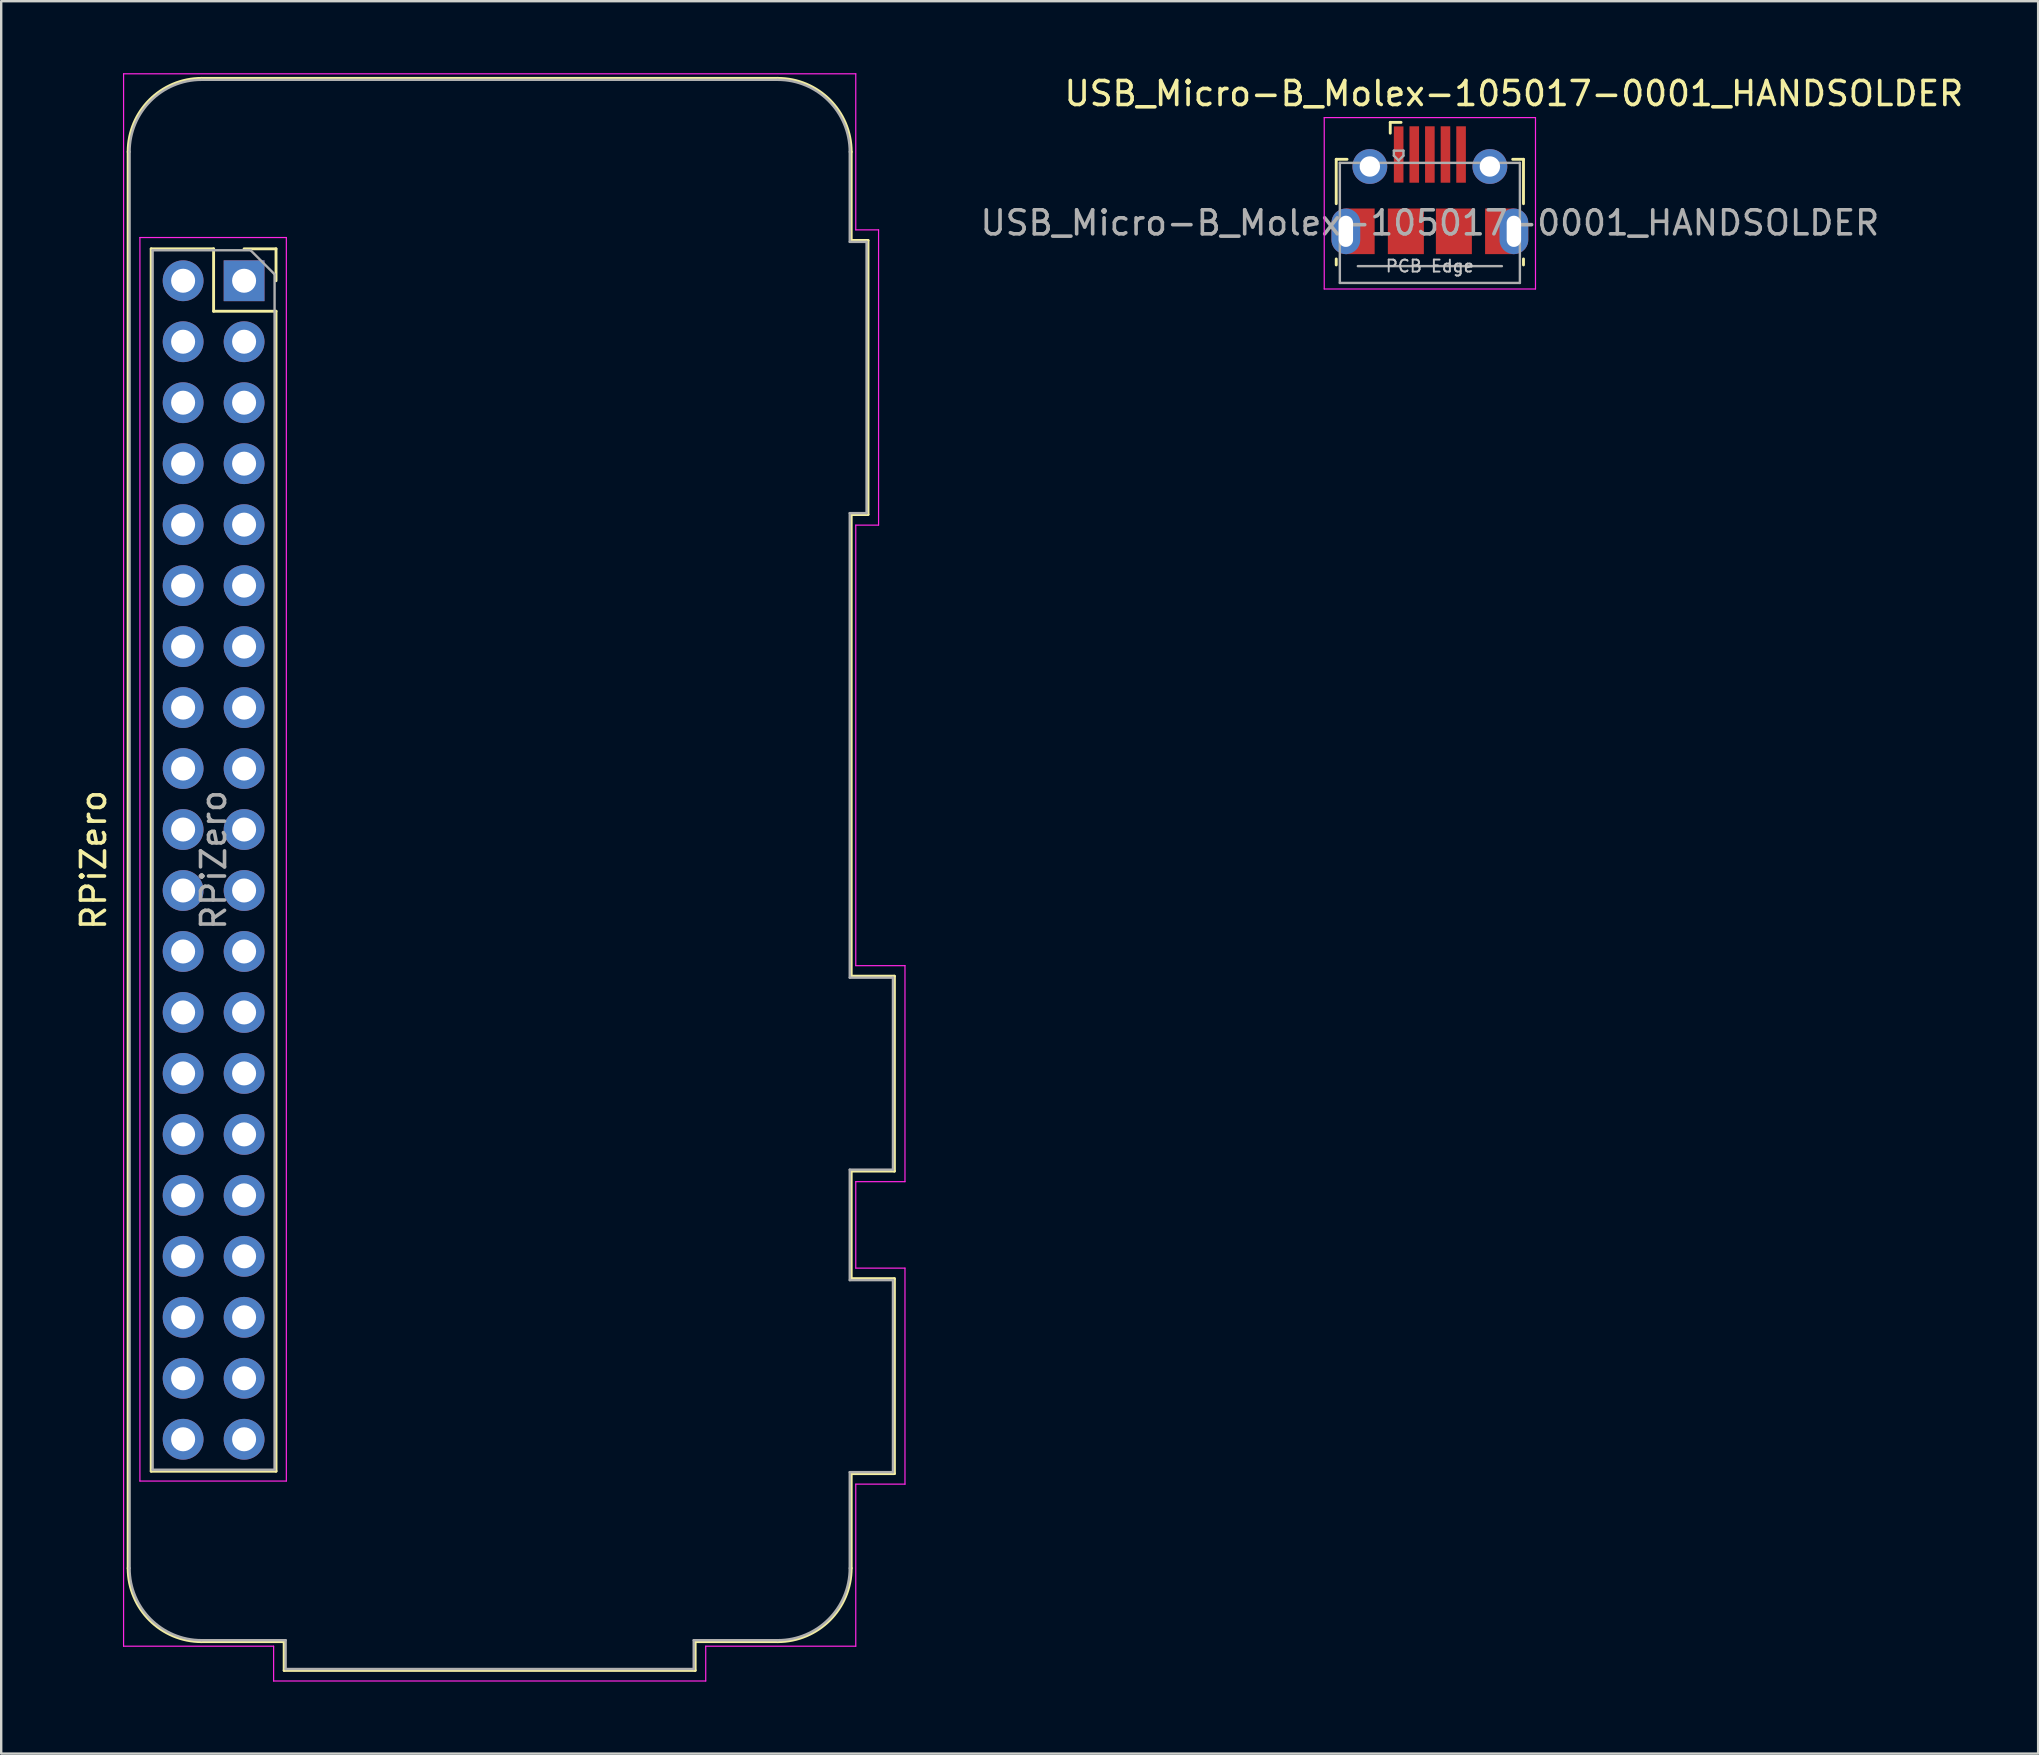
<source format=kicad_pcb>
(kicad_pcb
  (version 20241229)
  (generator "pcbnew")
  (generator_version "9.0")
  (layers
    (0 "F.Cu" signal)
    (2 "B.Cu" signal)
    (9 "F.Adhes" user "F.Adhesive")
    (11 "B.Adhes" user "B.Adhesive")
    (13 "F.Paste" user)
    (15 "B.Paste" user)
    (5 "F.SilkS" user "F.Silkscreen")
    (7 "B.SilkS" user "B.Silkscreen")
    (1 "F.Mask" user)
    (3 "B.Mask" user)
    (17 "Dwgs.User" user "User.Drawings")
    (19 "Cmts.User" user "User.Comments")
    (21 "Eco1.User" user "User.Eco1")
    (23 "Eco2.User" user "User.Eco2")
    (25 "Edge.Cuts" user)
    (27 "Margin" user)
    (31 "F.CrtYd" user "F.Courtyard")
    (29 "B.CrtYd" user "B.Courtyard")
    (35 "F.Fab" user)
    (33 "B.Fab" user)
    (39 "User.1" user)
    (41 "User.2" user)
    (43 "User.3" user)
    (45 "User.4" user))
  (footprint "USB_Micro-B_Molex-105017-0001_HANDSOLDER"
    (layer "F.Cu")
    (at 56.513 5.348)
    (property "Reference" "USB_Micro-B_Molex-105017-0001_HANDSOLDER" (at 3.5 -4.5 0) (layer "F.SilkS") (effects (font (size 1 1) (thickness 0.15))))
    (attr smd)
    (fp_line (start -3.9 -1.762) (end -3.45 -1.762) (stroke (width 0.12) (type solid)) (layer "F.SilkS"))
    (fp_line (start -3.9 0.087) (end -3.9 -1.762) (stroke (width 0.12) (type solid)) (layer "F.SilkS"))
    (fp_line (start -3.9 2.638) (end -3.9 2.388) (stroke (width 0.12) (type solid)) (layer "F.SilkS"))
    (fp_line (start -1.65 -3.3) (end -1.65 -2.85) (stroke (width 0.12) (type solid)) (layer "F.SilkS"))
    (fp_line (start -1.65 -3.3) (end -1.2 -3.3) (stroke (width 0.12) (type solid)) (layer "F.SilkS"))
    (fp_line (start 3.9 -1.762) (end 3.45 -1.762) (stroke (width 0.12) (type solid)) (layer "F.SilkS"))
    (fp_line (start 3.9 0.087) (end 3.9 -1.762) (stroke (width 0.12) (type solid)) (layer "F.SilkS"))
    (fp_line (start 3.9 2.638) (end 3.9 2.388) (stroke (width 0.12) (type solid)) (layer "F.SilkS"))
    (fp_line (start -4.4 -3.5) (end 4.4 -3.5) (stroke (width 0.05) (type solid)) (layer "F.CrtYd"))
    (fp_line (start -4.4 3.64) (end -4.4 -3.5) (stroke (width 0.05) (type solid)) (layer "F.CrtYd"))
    (fp_line (start -4.4 3.64) (end 4.4 3.64) (stroke (width 0.05) (type solid)) (layer "F.CrtYd"))
    (fp_line (start 4.4 -3.5) (end 4.4 3.64) (stroke (width 0.05) (type solid)) (layer "F.CrtYd"))
    (fp_line (start -3.75 -1.613) (end 3.75 -1.613) (stroke (width 0.1) (type solid)) (layer "F.Fab"))
    (fp_line (start -3.75 3.388) (end -3.75 -1.613) (stroke (width 0.1) (type solid)) (layer "F.Fab"))
    (fp_line (start -3.75 3.389) (end 3.75 3.389) (stroke (width 0.1) (type solid)) (layer "F.Fab"))
    (fp_line (start -3 2.689) (end 3 2.689) (stroke (width 0.1) (type solid)) (layer "F.Fab"))
    (fp_line (start -1.5 -2.123) (end -1.5 -1.913) (stroke (width 0.1) (type solid)) (layer "F.Fab"))
    (fp_line (start -1.5 -2.123) (end -1.1 -2.123) (stroke (width 0.1) (type solid)) (layer "F.Fab"))
    (fp_line (start -1.3 -1.712) (end -1.5 -1.913) (stroke (width 0.1) (type solid)) (layer "F.Fab"))
    (fp_line (start -1.1 -2.123) (end -1.1 -1.913) (stroke (width 0.1) (type solid)) (layer "F.Fab"))
    (fp_line (start -1.1 -1.913) (end -1.3 -1.712) (stroke (width 0.1) (type solid)) (layer "F.Fab"))
    (fp_line (start 3.75 3.388) (end 3.75 -1.613) (stroke (width 0.1) (type solid)) (layer "F.Fab"))
    (fp_text user "PCB Edge" (at 0 2.688 0) (layer "Dwgs.User") (effects (font (size 0.5 0.5) (thickness 0.08))))
    (fp_text user "${REFERENCE}" (at 0 0.887 0) (layer "F.Fab") (effects (font (size 1 1) (thickness 0.15))))
    (pad "1" smd rect (at -1.3 -1.462) (size 0.4 2.34) (drill (offset 0 -0.5)) (layers "F.Cu" "F.Mask" "F.Paste"))
    (pad "2" smd rect (at -0.65 -1.462) (size 0.4 2.35) (drill (offset 0 -0.5)) (layers "F.Cu" "F.Mask" "F.Paste"))
    (pad "3" smd rect (at 0 -1.462) (size 0.4 2.35) (drill (offset 0 -0.5)) (layers "F.Cu" "F.Mask" "F.Paste"))
    (pad "4" smd rect (at 0.65 -1.462) (size 0.4 2.35) (drill (offset 0 -0.5)) (layers "F.Cu" "F.Mask" "F.Paste"))
    (pad "5" smd rect (at 1.3 -1.462) (size 0.4 2.35) (drill (offset 0 -0.5)) (layers "F.Cu" "F.Mask" "F.Paste"))
    (pad "6" thru_hole oval (at -3.5 1.238 180) (size 1.2 1.9) (drill oval 0.6 1.3) (layers "*.Cu" "*.Mask"))
    (pad "6" smd rect (at -2.9 1.238) (size 1.2 1.9) (layers "F.Cu" "F.Mask"))
    (pad "6" thru_hole circle (at -2.5 -1.462) (size 1.45 1.45) (drill 0.85) (layers "*.Cu" "*.Mask"))
    (pad "6" smd rect (at -1 1.238) (size 1.5 1.9) (layers "F.Cu" "F.Mask" "F.Paste"))
    (pad "6" smd rect (at 1 1.238) (size 1.5 1.9) (layers "F.Cu" "F.Mask" "F.Paste"))
    (pad "6" thru_hole circle (at 2.5 -1.462) (size 1.45 1.45) (drill 0.85) (layers "*.Cu" "*.Mask"))
    (pad "6" smd rect (at 2.9 1.238) (size 1.2 1.9) (layers "F.Cu" "F.Mask"))
    (pad "6" thru_hole oval (at 3.5 1.238) (size 1.2 1.9) (drill oval 0.6 1.3) (layers "*.Cu" "*.Mask")))
  (footprint "RPiZero"
    (layer "F.Cu")
    (at 7.118 8.645)
    (property "Reference" "RPiZero" (at -6.27 24.13 90) (layer "F.SilkS") (effects (font (size 1 1) (thickness 0.15))))
    (attr through_hole)
    (fp_line (start -4.83 53.63) (end -4.83 -5.37) (stroke (width 0.12) (type solid)) (layer "F.SilkS"))
    (fp_line (start -3.87 -1.33) (end -3.87 49.59) (stroke (width 0.12) (type solid)) (layer "F.SilkS"))
    (fp_line (start -3.87 -1.33) (end -1.27 -1.33) (stroke (width 0.12) (type solid)) (layer "F.SilkS"))
    (fp_line (start -3.87 49.59) (end 1.33 49.59) (stroke (width 0.12) (type solid)) (layer "F.SilkS"))
    (fp_line (start -1.77 -8.43) (end 22.23 -8.43) (stroke (width 0.12) (type solid)) (layer "F.SilkS"))
    (fp_line (start -1.27 -1.33) (end -1.27 1.27) (stroke (width 0.12) (type solid)) (layer "F.SilkS"))
    (fp_line (start -1.27 1.27) (end 1.33 1.27) (stroke (width 0.12) (type solid)) (layer "F.SilkS"))
    (fp_line (start 0 -1.33) (end 1.33 -1.33) (stroke (width 0.12) (type solid)) (layer "F.SilkS"))
    (fp_line (start 1.33 -1.33) (end 1.33 0) (stroke (width 0.12) (type solid)) (layer "F.SilkS"))
    (fp_line (start 1.33 1.27) (end 1.33 49.59) (stroke (width 0.12) (type solid)) (layer "F.SilkS"))
    (fp_line (start 1.67 56.69) (end -1.77 56.69) (stroke (width 0.12) (type solid)) (layer "F.SilkS"))
    (fp_line (start 1.67 56.69) (end 1.67 57.89) (stroke (width 0.12) (type solid)) (layer "F.SilkS"))
    (fp_line (start 1.67 57.89) (end 18.79 57.89) (stroke (width 0.12) (type solid)) (layer "F.SilkS"))
    (fp_line (start 18.79 56.69) (end 22.23 56.69) (stroke (width 0.12) (type solid)) (layer "F.SilkS"))
    (fp_line (start 18.79 57.89) (end 18.79 56.69) (stroke (width 0.12) (type solid)) (layer "F.SilkS"))
    (fp_line (start 25.29 -1.68) (end 25.29 -5.37) (stroke (width 0.12) (type solid)) (layer "F.SilkS"))
    (fp_line (start 25.29 9.74) (end 25.99 9.74) (stroke (width 0.12) (type solid)) (layer "F.SilkS"))
    (fp_line (start 25.29 28.97) (end 25.29 9.74) (stroke (width 0.12) (type solid)) (layer "F.SilkS"))
    (fp_line (start 25.29 37.09) (end 27.09 37.09) (stroke (width 0.12) (type solid)) (layer "F.SilkS"))
    (fp_line (start 25.29 41.57) (end 25.29 37.09) (stroke (width 0.12) (type solid)) (layer "F.SilkS"))
    (fp_line (start 25.29 49.69) (end 27.09 49.69) (stroke (width 0.12) (type solid)) (layer "F.SilkS"))
    (fp_line (start 25.29 53.63) (end 25.29 49.69) (stroke (width 0.12) (type solid)) (layer "F.SilkS"))
    (fp_line (start 25.99 -1.68) (end 25.29 -1.68) (stroke (width 0.12) (type solid)) (layer "F.SilkS"))
    (fp_line (start 25.99 9.74) (end 25.99 -1.68) (stroke (width 0.12) (type solid)) (layer "F.SilkS"))
    (fp_line (start 27.09 28.97) (end 25.29 28.97) (stroke (width 0.12) (type solid)) (layer "F.SilkS"))
    (fp_line (start 27.09 37.09) (end 27.09 28.97) (stroke (width 0.12) (type solid)) (layer "F.SilkS"))
    (fp_line (start 27.09 41.57) (end 25.29 41.57) (stroke (width 0.12) (type solid)) (layer "F.SilkS"))
    (fp_line (start 27.09 49.69) (end 27.09 41.57) (stroke (width 0.12) (type solid)) (layer "F.SilkS"))
    (fp_arc (start -4.83 -5.37) (mid -3.933747 -7.533747) (end -1.77 -8.43) (stroke (width 0.12) (type solid)) (layer "F.SilkS"))
    (fp_arc (start -1.77 56.69) (mid -3.933747 55.793747) (end -4.83 53.63) (stroke (width 0.12) (type solid)) (layer "F.SilkS"))
    (fp_arc (start 22.23 -8.43) (mid 24.393747 -7.533747) (end 25.29 -5.37) (stroke (width 0.12) (type solid)) (layer "F.SilkS"))
    (fp_arc (start 25.29 53.63) (mid 24.393747 55.793747) (end 22.23 56.69) (stroke (width 0.12) (type solid)) (layer "F.SilkS"))
    (fp_line (start -5.02 -8.62) (end 25.48 -8.62) (stroke (width 0.05) (type solid)) (layer "F.CrtYd"))
    (fp_line (start -5.02 56.88) (end -5.02 -8.62) (stroke (width 0.05) (type solid)) (layer "F.CrtYd"))
    (fp_line (start -5.02 56.88) (end 1.23 56.88) (stroke (width 0.05) (type solid)) (layer "F.CrtYd"))
    (fp_line (start -4.34 -1.8) (end 1.76 -1.8) (stroke (width 0.05) (type solid)) (layer "F.CrtYd"))
    (fp_line (start -4.34 50) (end -4.34 -1.8) (stroke (width 0.05) (type solid)) (layer "F.CrtYd"))
    (fp_line (start 1.23 58.33) (end 1.23 56.88) (stroke (width 0.05) (type solid)) (layer "F.CrtYd"))
    (fp_line (start 1.76 -1.8) (end 1.76 50) (stroke (width 0.05) (type solid)) (layer "F.CrtYd"))
    (fp_line (start 1.76 50) (end -4.34 50) (stroke (width 0.05) (type solid)) (layer "F.CrtYd"))
    (fp_line (start 19.23 56.88) (end 25.48 56.88) (stroke (width 0.05) (type solid)) (layer "F.CrtYd"))
    (fp_line (start 19.23 58.33) (end 1.23 58.33) (stroke (width 0.05) (type solid)) (layer "F.CrtYd"))
    (fp_line (start 19.23 58.33) (end 19.23 56.88) (stroke (width 0.05) (type solid)) (layer "F.CrtYd"))
    (fp_line (start 25.48 -2.12) (end 25.48 -8.62) (stroke (width 0.05) (type solid)) (layer "F.CrtYd"))
    (fp_line (start 25.48 28.53) (end 25.48 10.18) (stroke (width 0.05) (type solid)) (layer "F.CrtYd"))
    (fp_line (start 25.48 37.53) (end 25.48 41.13) (stroke (width 0.05) (type solid)) (layer "F.CrtYd"))
    (fp_line (start 25.48 50.13) (end 25.48 56.88) (stroke (width 0.05) (type solid)) (layer "F.CrtYd"))
    (fp_line (start 26.43 -2.12) (end 25.48 -2.12) (stroke (width 0.05) (type solid)) (layer "F.CrtYd"))
    (fp_line (start 26.43 -2.12) (end 26.43 10.18) (stroke (width 0.05) (type solid)) (layer "F.CrtYd"))
    (fp_line (start 26.43 10.18) (end 25.48 10.18) (stroke (width 0.05) (type solid)) (layer "F.CrtYd"))
    (fp_line (start 27.53 28.53) (end 25.48 28.53) (stroke (width 0.05) (type solid)) (layer "F.CrtYd"))
    (fp_line (start 27.53 37.53) (end 25.48 37.53) (stroke (width 0.05) (type solid)) (layer "F.CrtYd"))
    (fp_line (start 27.53 37.53) (end 27.53 28.53) (stroke (width 0.05) (type solid)) (layer "F.CrtYd"))
    (fp_line (start 27.53 41.13) (end 25.48 41.13) (stroke (width 0.05) (type solid)) (layer "F.CrtYd"))
    (fp_line (start 27.53 50.13) (end 25.48 50.13) (stroke (width 0.05) (type solid)) (layer "F.CrtYd"))
    (fp_line (start 27.53 50.13) (end 27.53 41.13) (stroke (width 0.05) (type solid)) (layer "F.CrtYd"))
    (fp_line (start -4.77 53.63) (end -4.77 -5.37) (stroke (width 0.1) (type solid)) (layer "F.Fab"))
    (fp_line (start -3.81 -1.27) (end 0.27 -1.27) (stroke (width 0.1) (type solid)) (layer "F.Fab"))
    (fp_line (start -3.81 49.53) (end -3.81 -1.27) (stroke (width 0.1) (type solid)) (layer "F.Fab"))
    (fp_line (start -1.77 -8.37) (end 22.23 -8.37) (stroke (width 0.1) (type solid)) (layer "F.Fab"))
    (fp_line (start -1.77 56.63) (end 1.73 56.63) (stroke (width 0.1) (type solid)) (layer "F.Fab"))
    (fp_line (start 0.27 -1.27) (end 1.27 -0.27) (stroke (width 0.1) (type solid)) (layer "F.Fab"))
    (fp_line (start 1.27 -0.27) (end 1.27 49.53) (stroke (width 0.1) (type solid)) (layer "F.Fab"))
    (fp_line (start 1.27 49.53) (end -3.81 49.53) (stroke (width 0.1) (type solid)) (layer "F.Fab"))
    (fp_line (start 1.73 56.63) (end 1.73 57.83) (stroke (width 0.1) (type solid)) (layer "F.Fab"))
    (fp_line (start 1.73 57.83) (end 18.73 57.83) (stroke (width 0.1) (type solid)) (layer "F.Fab"))
    (fp_line (start 18.73 56.63) (end 18.73 57.83) (stroke (width 0.1) (type solid)) (layer "F.Fab"))
    (fp_line (start 22.23 56.63) (end 18.73 56.63) (stroke (width 0.1) (type solid)) (layer "F.Fab"))
    (fp_line (start 25.23 -1.62) (end 25.23 -5.37) (stroke (width 0.1) (type solid)) (layer "F.Fab"))
    (fp_line (start 25.23 -1.62) (end 25.93 -1.62) (stroke (width 0.1) (type solid)) (layer "F.Fab"))
    (fp_line (start 25.23 9.68) (end 25.93 9.68) (stroke (width 0.1) (type solid)) (layer "F.Fab"))
    (fp_line (start 25.23 29.03) (end 25.23 9.68) (stroke (width 0.1) (type solid)) (layer "F.Fab"))
    (fp_line (start 25.23 37.03) (end 27.03 37.03) (stroke (width 0.1) (type solid)) (layer "F.Fab"))
    (fp_line (start 25.23 41.63) (end 25.23 37.03) (stroke (width 0.1) (type solid)) (layer "F.Fab"))
    (fp_line (start 25.23 49.63) (end 25.23 53.63) (stroke (width 0.1) (type solid)) (layer "F.Fab"))
    (fp_line (start 25.23 49.63) (end 27.03 49.63) (stroke (width 0.1) (type solid)) (layer "F.Fab"))
    (fp_line (start 25.93 9.68) (end 25.93 -1.62) (stroke (width 0.1) (type solid)) (layer "F.Fab"))
    (fp_line (start 27.03 29.03) (end 25.23 29.03) (stroke (width 0.1) (type solid)) (layer "F.Fab"))
    (fp_line (start 27.03 37.03) (end 27.03 29.03) (stroke (width 0.1) (type solid)) (layer "F.Fab"))
    (fp_line (start 27.03 41.63) (end 25.23 41.63) (stroke (width 0.1) (type solid)) (layer "F.Fab"))
    (fp_line (start 27.03 49.63) (end 27.03 41.63) (stroke (width 0.1) (type solid)) (layer "F.Fab"))
    (fp_arc (start -4.77 -5.37) (mid -3.89132 -7.49132) (end -1.77 -8.37) (stroke (width 0.1) (type solid)) (layer "F.Fab"))
    (fp_arc (start -1.77 56.63) (mid -3.89132 55.75132) (end -4.77 53.63) (stroke (width 0.1) (type solid)) (layer "F.Fab"))
    (fp_arc (start 22.23 -8.37) (mid 24.35132 -7.49132) (end 25.23 -5.37) (stroke (width 0.1) (type solid)) (layer "F.Fab"))
    (fp_arc (start 25.23 53.63) (mid 24.35132 55.75132) (end 22.23 56.63) (stroke (width 0.1) (type solid)) (layer "F.Fab"))
    (fp_text user "${REFERENCE}" (at -1.27 24.13 90) (layer "F.Fab") (effects (font (size 1 1) (thickness 0.15))))
    (pad "1" thru_hole rect (at 0 0) (size 1.7 1.7) (drill 1) (layers "*.Cu" "*.Mask"))
    (pad "2" thru_hole oval (at -2.54 0) (size 1.7 1.7) (drill 1) (layers "*.Cu" "*.Mask"))
    (pad "3" thru_hole oval (at 0 2.54) (size 1.7 1.7) (drill 1) (layers "*.Cu" "*.Mask"))
    (pad "4" thru_hole oval (at -2.54 2.54) (size 1.7 1.7) (drill 1) (layers "*.Cu" "*.Mask"))
    (pad "5" thru_hole oval (at 0 5.08) (size 1.7 1.7) (drill 1) (layers "*.Cu" "*.Mask"))
    (pad "6" thru_hole oval (at -2.54 5.08) (size 1.7 1.7) (drill 1) (layers "*.Cu" "*.Mask"))
    (pad "7" thru_hole oval (at 0 7.62) (size 1.7 1.7) (drill 1) (layers "*.Cu" "*.Mask"))
    (pad "8" thru_hole oval (at -2.54 7.62) (size 1.7 1.7) (drill 1) (layers "*.Cu" "*.Mask"))
    (pad "9" thru_hole oval (at 0 10.16) (size 1.7 1.7) (drill 1) (layers "*.Cu" "*.Mask"))
    (pad "10" thru_hole oval (at -2.54 10.16) (size 1.7 1.7) (drill 1) (layers "*.Cu" "*.Mask"))
    (pad "11" thru_hole oval (at 0 12.7) (size 1.7 1.7) (drill 1) (layers "*.Cu" "*.Mask"))
    (pad "12" thru_hole oval (at -2.54 12.7) (size 1.7 1.7) (drill 1) (layers "*.Cu" "*.Mask"))
    (pad "13" thru_hole oval (at 0 15.24) (size 1.7 1.7) (drill 1) (layers "*.Cu" "*.Mask"))
    (pad "14" thru_hole oval (at -2.54 15.24) (size 1.7 1.7) (drill 1) (layers "*.Cu" "*.Mask"))
    (pad "15" thru_hole oval (at 0 17.78) (size 1.7 1.7) (drill 1) (layers "*.Cu" "*.Mask"))
    (pad "16" thru_hole oval (at -2.54 17.78) (size 1.7 1.7) (drill 1) (layers "*.Cu" "*.Mask"))
    (pad "17" thru_hole oval (at 0 20.32) (size 1.7 1.7) (drill 1) (layers "*.Cu" "*.Mask"))
    (pad "18" thru_hole oval (at -2.54 20.32) (size 1.7 1.7) (drill 1) (layers "*.Cu" "*.Mask"))
    (pad "19" thru_hole oval (at 0 22.86) (size 1.7 1.7) (drill 1) (layers "*.Cu" "*.Mask"))
    (pad "20" thru_hole oval (at -2.54 22.86) (size 1.7 1.7) (drill 1) (layers "*.Cu" "*.Mask"))
    (pad "21" thru_hole oval (at 0 25.4) (size 1.7 1.7) (drill 1) (layers "*.Cu" "*.Mask"))
    (pad "22" thru_hole oval (at -2.54 25.4) (size 1.7 1.7) (drill 1) (layers "*.Cu" "*.Mask"))
    (pad "23" thru_hole oval (at 0 27.94) (size 1.7 1.7) (drill 1) (layers "*.Cu" "*.Mask"))
    (pad "24" thru_hole oval (at -2.54 27.94) (size 1.7 1.7) (drill 1) (layers "*.Cu" "*.Mask"))
    (pad "25" thru_hole oval (at 0 30.48) (size 1.7 1.7) (drill 1) (layers "*.Cu" "*.Mask"))
    (pad "26" thru_hole oval (at -2.54 30.48) (size 1.7 1.7) (drill 1) (layers "*.Cu" "*.Mask"))
    (pad "27" thru_hole oval (at 0 33.02) (size 1.7 1.7) (drill 1) (layers "*.Cu" "*.Mask"))
    (pad "28" thru_hole oval (at -2.54 33.02) (size 1.7 1.7) (drill 1) (layers "*.Cu" "*.Mask"))
    (pad "29" thru_hole oval (at 0 35.56) (size 1.7 1.7) (drill 1) (layers "*.Cu" "*.Mask"))
    (pad "30" thru_hole oval (at -2.54 35.56) (size 1.7 1.7) (drill 1) (layers "*.Cu" "*.Mask"))
    (pad "31" thru_hole oval (at 0 38.1) (size 1.7 1.7) (drill 1) (layers "*.Cu" "*.Mask"))
    (pad "32" thru_hole oval (at -2.54 38.1) (size 1.7 1.7) (drill 1) (layers "*.Cu" "*.Mask"))
    (pad "33" thru_hole oval (at 0 40.64) (size 1.7 1.7) (drill 1) (layers "*.Cu" "*.Mask"))
    (pad "34" thru_hole oval (at -2.54 40.64) (size 1.7 1.7) (drill 1) (layers "*.Cu" "*.Mask"))
    (pad "35" thru_hole oval (at 0 43.18) (size 1.7 1.7) (drill 1) (layers "*.Cu" "*.Mask"))
    (pad "36" thru_hole oval (at -2.54 43.18) (size 1.7 1.7) (drill 1) (layers "*.Cu" "*.Mask"))
    (pad "37" thru_hole oval (at 0 45.72) (size 1.7 1.7) (drill 1) (layers "*.Cu" "*.Mask"))
    (pad "38" thru_hole oval (at -2.54 45.72) (size 1.7 1.7) (drill 1) (layers "*.Cu" "*.Mask"))
    (pad "39" thru_hole oval (at 0 48.26) (size 1.7 1.7) (drill 1) (layers "*.Cu" "*.Mask"))
    (pad "40" thru_hole oval (at -2.54 48.26) (size 1.7 1.7) (drill 1) (layers "*.Cu" "*.Mask")))
  (gr_rect
    (start -3 -3)
    (end 81.852 70)
    (stroke (width 0.1) (type default))
    (fill no)
    (layer "Edge.Cuts")))
</source>
